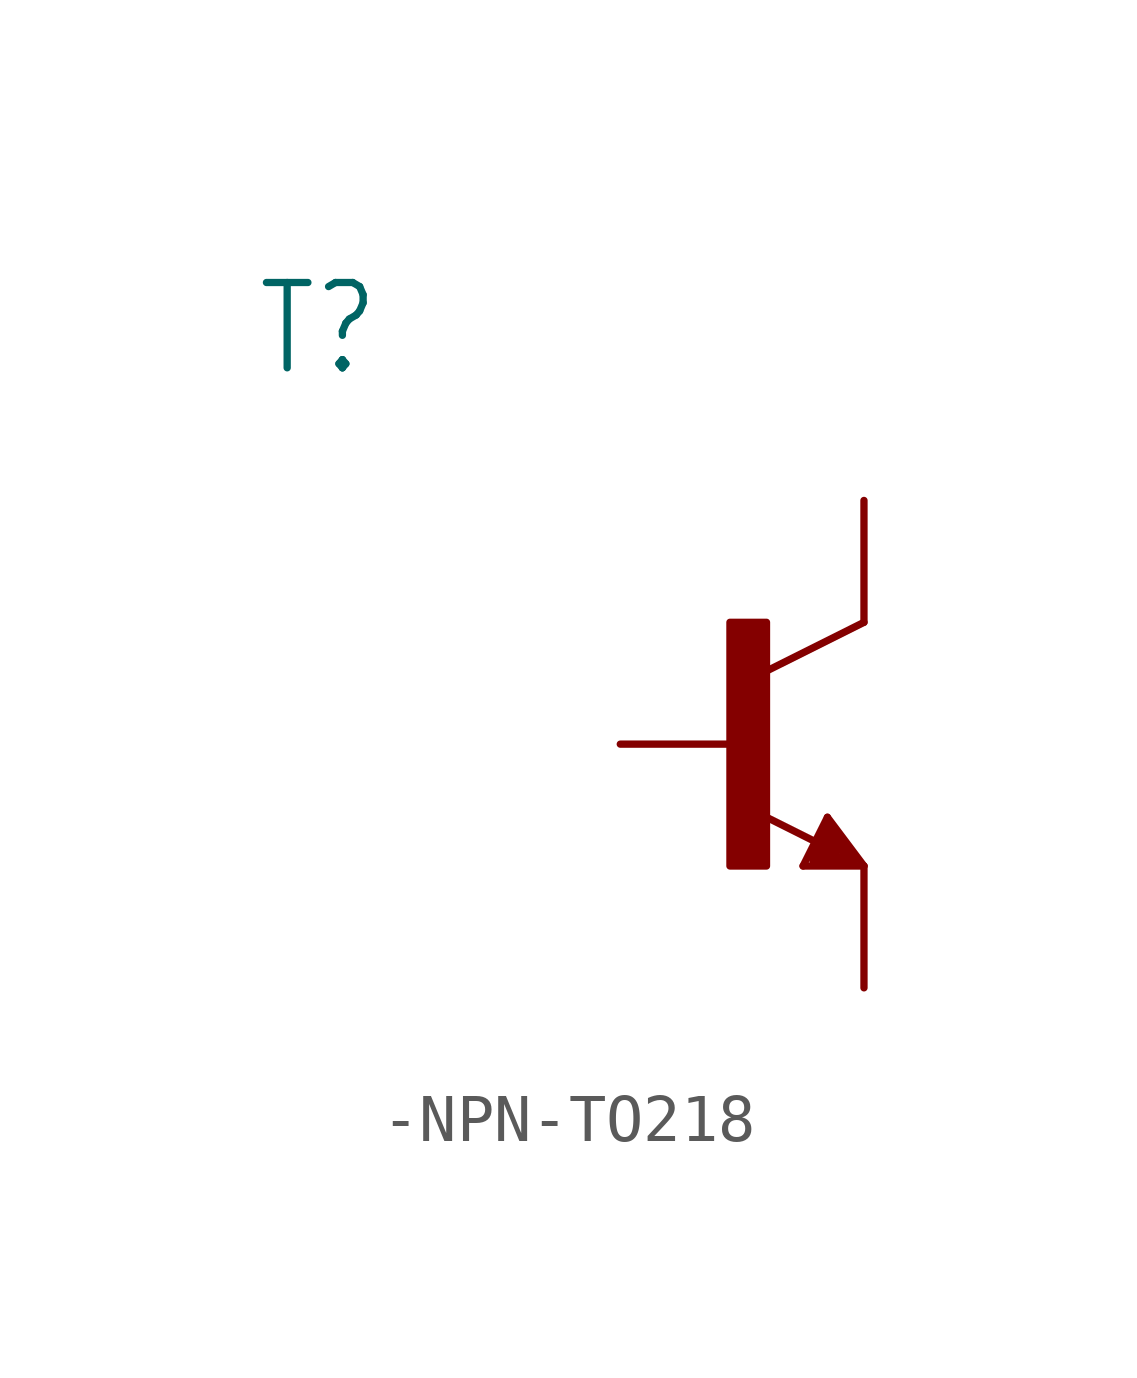
<source format=kicad_sym>
(kicad_symbol_lib
  (version 20241209)
  (generator "kicad_symbol_editor")
  (generator_version "9.0")
  (symbol "-NPN-TO218"
    (property "Reference" "T"
      (at -10.16 7.62 0)
      (effects (font (size 1.778 1.511)) (justify left bottom)))
    (property "Value" ""
      (at -10.16 5.08 0)
      (effects (font (size 1.778 1.511)) (justify left bottom)))
    (property "ki_locked" ""
      (at 0 0 0)
      (effects (font (size 1.27 1.27))))
    (symbol "-NPN-TO218_1_0"
      (rectangle (start -0.254 -2.54) (end 0.508 2.54) (stroke (width 0) (type default)) (fill (type outline)))
      (polyline (pts (xy 1.27 -2.54) (xy 1.778 -1.524)) (stroke (width 0.152) (type solid)) (fill (type none)))
      (polyline (pts (xy 1.524 -2.286) (xy 1.905 -2.286)) (stroke (width 0.254) (type solid)) (fill (type none)))
      (polyline (pts (xy 1.524 -2.413) (xy 2.286 -2.413)) (stroke (width 0.254) (type solid)) (fill (type none)))
      (polyline (pts (xy 1.54 -2.04) (xy 0.308 -1.424)) (stroke (width 0.152) (type solid)) (fill (type none)))
      (polyline (pts (xy 1.778 -1.524) (xy 2.54 -2.54)) (stroke (width 0.152) (type solid)) (fill (type none)))
      (polyline (pts (xy 1.778 -1.778) (xy 1.524 -2.286)) (stroke (width 0.254) (type solid)) (fill (type none)))
      (polyline (pts (xy 1.905 -2.286) (xy 1.778 -2.032)) (stroke (width 0.254) (type solid)) (fill (type none)))
      (polyline (pts (xy 2.286 -2.413) (xy 1.778 -1.778)) (stroke (width 0.254) (type solid)) (fill (type none)))
      (polyline (pts (xy 2.54 2.54) (xy 0.508 1.524)) (stroke (width 0.152) (type solid)) (fill (type none)))
      (polyline (pts (xy 2.54 -2.54) (xy 1.27 -2.54)) (stroke (width 0.152) (type solid)) (fill (type none)))
      (pin passive line (at -2.54 0 0) (length 2.54) (name "B" (effects (font (size 0 0)))) (number "1" (effects (font (size 0 0)))))
      (pin passive line (at 2.54 5.08 270) (length 2.54) (name "C" (effects (font (size 0 0)))) (number "2" (effects (font (size 0 0)))))
      (pin passive line (at 2.54 -5.08 90) (length 2.54) (name "E" (effects (font (size 0 0)))) (number "3" (effects (font (size 0 0))))))))
</source>
